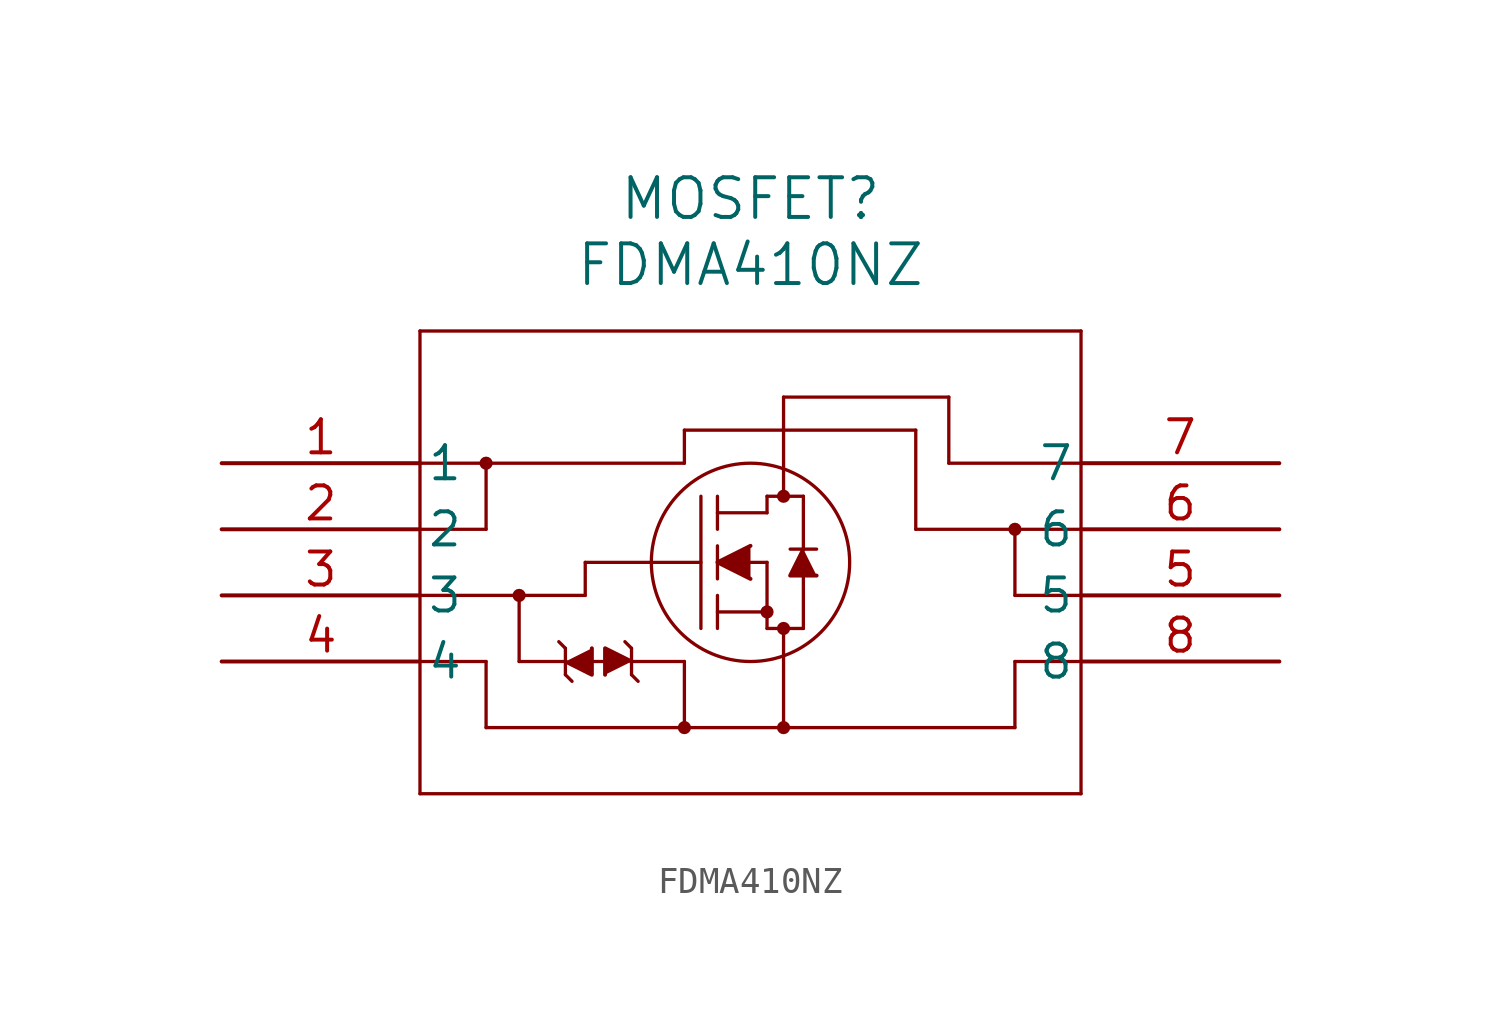
<source format=kicad_sym>
(kicad_symbol_lib
  (version 20211014)
  (generator kicad_symbol_editor)
  (symbol "FDMA410NZ"
    (pin_names
      (offset 0.254))
    (property "Reference" "MOSFET"
      (at 20.32 10.16 0)
      (effects (font (size 1.524 1.524))))
    (property "Value" "FDMA410NZ"
      (at 20.32 7.62 0)
      (effects (font (size 1.524 1.524))))
    (symbol "FDMA410NZ_0_1"
      (polyline (pts (xy 7.62 5.08) (xy 7.62 -12.7)) (stroke (width 0.127) (type default) (color 0 0 0 0)) (fill (type none)))
      (polyline (pts (xy 7.62 -12.7) (xy 33.02 -12.7)) (stroke (width 0.127) (type default) (color 0 0 0 0)) (fill (type none)))
      (polyline (pts (xy 33.02 -12.7) (xy 33.02 5.08)) (stroke (width 0.127) (type default) (color 0 0 0 0)) (fill (type none)))
      (polyline (pts (xy 33.02 5.08) (xy 7.62 5.08)) (stroke (width 0.127) (type default) (color 0 0 0 0)) (fill (type none)))
      (circle (center 21.59 -1.27) (radius 0.127) (stroke (width 0.254) (type default) (color 0 0 0 0)) (fill (type none)))
      (circle (center 21.59 -6.35) (radius 0.127) (stroke (width 0.254) (type default) (color 0 0 0 0)) (fill (type none)))
      (circle (center 20.955 -5.715) (radius 0.127) (stroke (width 0.254) (type default) (color 0 0 0 0)) (fill (type none)))
      (circle (center 20.32 -3.81) (radius 3.81) (stroke (width 0.127) (type default) (color 0 0 0 0)) (fill (type none)))
      (polyline (pts (xy 13.97 -3.81) (xy 18.415 -3.81)) (stroke (width 0.127) (type default) (color 0 0 0 0)) (fill (type none)))
      (polyline (pts (xy 18.415 -6.35) (xy 18.415 -1.27)) (stroke (width 0.127) (type default) (color 0 0 0 0)) (fill (type none)))
      (polyline (pts (xy 19.05 -4.445) (xy 19.05 -3.175)) (stroke (width 0.127) (type default) (color 0 0 0 0)) (fill (type none)))
      (polyline (pts (xy 19.05 -6.35) (xy 19.05 -5.08)) (stroke (width 0.127) (type default) (color 0 0 0 0)) (fill (type none)))
      (polyline (pts (xy 19.05 -2.54) (xy 19.05 -1.27)) (stroke (width 0.127) (type default) (color 0 0 0 0)) (fill (type none)))
      (polyline (pts (xy 20.32 -3.81) (xy 20.955 -3.81)) (stroke (width 0.127) (type default) (color 0 0 0 0)) (fill (type none)))
      (polyline (pts (xy 19.05 -5.715) (xy 20.955 -5.715)) (stroke (width 0.127) (type default) (color 0 0 0 0)) (fill (type none)))
      (polyline (pts (xy 20.955 -6.35) (xy 20.955 -3.81)) (stroke (width 0.127) (type default) (color 0 0 0 0)) (fill (type none)))
      (polyline (pts (xy 20.955 -6.35) (xy 22.352 -6.35)) (stroke (width 0.127) (type default) (color 0 0 0 0)) (fill (type none)))
      (polyline (pts (xy 19.05 -1.905) (xy 20.955 -1.905)) (stroke (width 0.127) (type default) (color 0 0 0 0)) (fill (type none)))
      (polyline (pts (xy 22.352 -3.302) (xy 22.352 -1.27)) (stroke (width 0.127) (type default) (color 0 0 0 0)) (fill (type none)))
      (polyline (pts (xy 22.352 -6.35) (xy 22.352 -4.318)) (stroke (width 0.127) (type default) (color 0 0 0 0)) (fill (type none)))
      (polyline (pts (xy 22.86 -3.302) (xy 21.844 -3.302)) (stroke (width 0.127) (type default) (color 0 0 0 0)) (fill (type none)))
      (polyline (pts (xy 20.955 -1.27) (xy 22.352 -1.27)) (stroke (width 0.127) (type default) (color 0 0 0 0)) (fill (type none)))
      (polyline (pts (xy 20.955 -1.905) (xy 20.955 -1.27)) (stroke (width 0.127) (type default) (color 0 0 0 0)) (fill (type none)))
      (polyline (pts (xy 20.32 -3.175) (xy 19.05 -3.81) (xy 20.32 -4.445)) (stroke (width 0) (type default) (color 0 0 0 0)) (fill (type outline)))
      (polyline (pts (xy 22.86 -4.318) (xy 21.844 -4.318) (xy 22.352 -3.302)) (stroke (width 0) (type default) (color 0 0 0 0)) (fill (type outline)))
      (polyline (pts (xy 7.62 -7.62) (xy 10.16 -7.62)) (stroke (width 0.127) (type default) (color 0 0 0 0)) (fill (type none)))
      (polyline (pts (xy 13.97 -5.08) (xy 13.97 -3.81)) (stroke (width 0.127) (type default) (color 0 0 0 0)) (fill (type none)))
      (polyline (pts (xy 7.62 0) (xy 17.78 0)) (stroke (width 0.127) (type default) (color 0 0 0 0)) (fill (type none)))
      (polyline (pts (xy 7.62 -2.54) (xy 10.16 -2.54)) (stroke (width 0.127) (type default) (color 0 0 0 0)) (fill (type none)))
      (polyline (pts (xy 7.62 -5.08) (xy 13.97 -5.08)) (stroke (width 0.127) (type default) (color 0 0 0 0)) (fill (type none)))
      (polyline (pts (xy 10.16 0) (xy 10.16 -2.54)) (stroke (width 0.127) (type default) (color 0 0 0 0)) (fill (type none)))
      (polyline (pts (xy 10.16 -7.62) (xy 10.16 -10.16)) (stroke (width 0.127) (type default) (color 0 0 0 0)) (fill (type none)))
      (polyline (pts (xy 10.16 -10.16) (xy 30.48 -10.16)) (stroke (width 0.127) (type default) (color 0 0 0 0)) (fill (type none)))
      (polyline (pts (xy 21.59 -10.16) (xy 21.59 -6.35)) (stroke (width 0.127) (type default) (color 0 0 0 0)) (fill (type none)))
      (polyline (pts (xy 33.02 -7.62) (xy 30.48 -7.62)) (stroke (width 0.127) (type default) (color 0 0 0 0)) (fill (type none)))
      (polyline (pts (xy 30.48 -5.08) (xy 30.48 -2.54)) (stroke (width 0.127) (type default) (color 0 0 0 0)) (fill (type none)))
      (polyline (pts (xy 33.02 -5.08) (xy 30.48 -5.08)) (stroke (width 0.127) (type default) (color 0 0 0 0)) (fill (type none)))
      (polyline (pts (xy 33.02 -2.54) (xy 30.48 -2.54)) (stroke (width 0.127) (type default) (color 0 0 0 0)) (fill (type none)))
      (polyline (pts (xy 33.02 0) (xy 27.94 0)) (stroke (width 0.127) (type default) (color 0 0 0 0)) (fill (type none)))
      (polyline (pts (xy 27.94 0) (xy 27.94 2.54)) (stroke (width 0.127) (type default) (color 0 0 0 0)) (fill (type none)))
      (polyline (pts (xy 27.94 2.54) (xy 21.59 2.54)) (stroke (width 0.127) (type default) (color 0 0 0 0)) (fill (type none)))
      (polyline (pts (xy 21.59 2.54) (xy 21.59 -1.27)) (stroke (width 0.127) (type default) (color 0 0 0 0)) (fill (type none)))
      (polyline (pts (xy 30.48 -7.62) (xy 30.48 -10.16)) (stroke (width 0.127) (type default) (color 0 0 0 0)) (fill (type none)))
      (circle (center 10.16 0) (radius 0.127) (stroke (width 0.254) (type default) (color 0 0 0 0)) (fill (type none)))
      (circle (center 21.59 -10.16) (radius 0.127) (stroke (width 0.254) (type default) (color 0 0 0 0)) (fill (type none)))
      (polyline (pts (xy 15.748 -8.128) (xy 15.748 -7.112)) (stroke (width 0.127) (type default) (color 0 0 0 0)) (fill (type none)))
      (circle (center 30.48 -2.54) (radius 0.127) (stroke (width 0.254) (type default) (color 0 0 0 0)) (fill (type none)))
      (polyline (pts (xy 14.732 -8.128) (xy 14.732 -7.112) (xy 15.748 -7.62)) (stroke (width 0) (type default) (color 0 0 0 0)) (fill (type outline)))
      (polyline (pts (xy 17.78 1.27) (xy 17.78 0)) (stroke (width 0.127) (type default) (color 0 0 0 0)) (fill (type none)))
      (polyline (pts (xy 17.78 1.27) (xy 26.67 1.27)) (stroke (width 0.127) (type default) (color 0 0 0 0)) (fill (type none)))
      (polyline (pts (xy 26.67 1.27) (xy 26.67 -2.54)) (stroke (width 0.127) (type default) (color 0 0 0 0)) (fill (type none)))
      (polyline (pts (xy 26.67 -2.54) (xy 30.48 -2.54)) (stroke (width 0.127) (type default) (color 0 0 0 0)) (fill (type none)))
      (polyline (pts (xy 15.748 -7.112) (xy 15.494 -6.858)) (stroke (width 0.127) (type default) (color 0 0 0 0)) (fill (type none)))
      (polyline (pts (xy 15.748 -8.128) (xy 16.002 -8.382)) (stroke (width 0.127) (type default) (color 0 0 0 0)) (fill (type none)))
      (polyline (pts (xy 13.208 -7.112) (xy 13.208 -8.128)) (stroke (width 0.127) (type default) (color 0 0 0 0)) (fill (type none)))
      (polyline (pts (xy 13.208 -8.128) (xy 13.462 -8.382)) (stroke (width 0.127) (type default) (color 0 0 0 0)) (fill (type none)))
      (polyline (pts (xy 13.208 -7.112) (xy 12.954 -6.858)) (stroke (width 0.127) (type default) (color 0 0 0 0)) (fill (type none)))
      (polyline (pts (xy 14.224 -7.112) (xy 14.224 -8.128) (xy 13.208 -7.62)) (stroke (width 0) (type default) (color 0 0 0 0)) (fill (type outline)))
      (polyline (pts (xy 11.43 -5.08) (xy 11.43 -7.62)) (stroke (width 0.127) (type default) (color 0 0 0 0)) (fill (type none)))
      (polyline (pts (xy 11.43 -7.62) (xy 13.208 -7.62)) (stroke (width 0.127) (type default) (color 0 0 0 0)) (fill (type none)))
      (polyline (pts (xy 15.748 -7.62) (xy 17.78 -7.62)) (stroke (width 0.127) (type default) (color 0 0 0 0)) (fill (type none)))
      (polyline (pts (xy 17.78 -7.62) (xy 17.78 -10.16)) (stroke (width 0.127) (type default) (color 0 0 0 0)) (fill (type none)))
      (polyline (pts (xy 14.224 -7.62) (xy 14.732 -7.62)) (stroke (width 0.127) (type default) (color 0 0 0 0)) (fill (type none)))
      (circle (center 11.43 -5.08) (radius 0.127) (stroke (width 0.254) (type default) (color 0 0 0 0)) (fill (type none)))
      (circle (center 17.78 -10.16) (radius 0.127) (stroke (width 0.254) (type default) (color 0 0 0 0)) (fill (type none)))
      (pin unspecified line (at 0 0 0) (length 7.62) (name "1" (effects (font (size 1.27 1.27)))) (number "1" (effects (font (size 1.27 1.27)))))
      (pin unspecified line (at 0 -2.54 0) (length 7.62) (name "2" (effects (font (size 1.27 1.27)))) (number "2" (effects (font (size 1.27 1.27)))))
      (pin unspecified line (at 0 -5.08 0) (length 7.62) (name "3" (effects (font (size 1.27 1.27)))) (number "3" (effects (font (size 1.27 1.27)))))
      (pin unspecified line (at 0 -7.62 0) (length 7.62) (name "4" (effects (font (size 1.27 1.27)))) (number "4" (effects (font (size 1.27 1.27)))))
      (pin unspecified line (at 40.64 -5.08 180) (length 7.62) (name "5" (effects (font (size 1.27 1.27)))) (number "5" (effects (font (size 1.27 1.27)))))
      (pin unspecified line (at 40.64 -2.54 180) (length 7.62) (name "6" (effects (font (size 1.27 1.27)))) (number "6" (effects (font (size 1.27 1.27)))))
      (pin unspecified line (at 40.64 0 180) (length 7.62) (name "7" (effects (font (size 1.27 1.27)))) (number "7" (effects (font (size 1.27 1.27)))))
      (pin unspecified line (at 40.64 -7.62 180) (length 7.62) (name "8" (effects (font (size 1.27 1.27)))) (number "8" (effects (font (size 1.27 1.27))))))))
</source>
